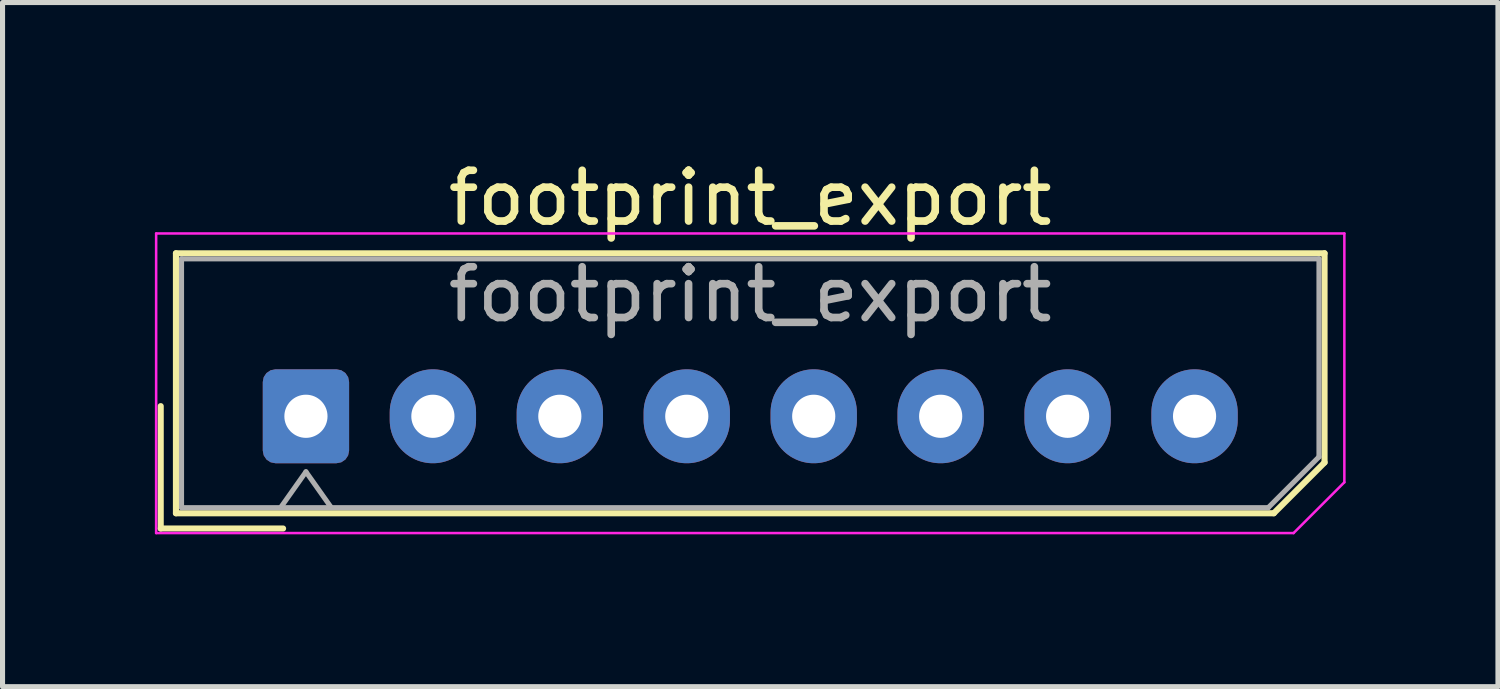
<source format=kicad_pcb>
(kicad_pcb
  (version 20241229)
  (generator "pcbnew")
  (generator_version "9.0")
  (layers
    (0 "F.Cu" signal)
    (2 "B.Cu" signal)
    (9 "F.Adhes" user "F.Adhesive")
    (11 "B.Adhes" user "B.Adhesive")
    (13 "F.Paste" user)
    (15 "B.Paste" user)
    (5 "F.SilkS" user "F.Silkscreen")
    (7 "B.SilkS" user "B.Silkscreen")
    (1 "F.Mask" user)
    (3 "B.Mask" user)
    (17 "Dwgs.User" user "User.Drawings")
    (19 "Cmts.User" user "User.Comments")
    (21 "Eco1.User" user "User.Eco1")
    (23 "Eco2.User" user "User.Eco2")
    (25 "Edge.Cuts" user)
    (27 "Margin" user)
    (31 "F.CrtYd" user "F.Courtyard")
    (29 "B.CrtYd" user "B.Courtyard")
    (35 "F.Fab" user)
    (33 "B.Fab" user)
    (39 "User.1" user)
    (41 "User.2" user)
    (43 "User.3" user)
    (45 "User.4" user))
  (footprint "footprint_export"
    (layer "F.Cu")
    (at 2.975 5.148)
    (property "Reference" "footprint_export" (at 8.75 -4.3 0) (layer "F.SilkS") (effects (font (size 1 1) (thickness 0.15))))
    (attr through_hole)
    (fp_line (start -2.86 -0.2) (end -2.86 2.21) (stroke (width 0.12) (type solid)) (layer "F.SilkS"))
    (fp_line (start -2.86 2.21) (end -0.45 2.21) (stroke (width 0.12) (type solid)) (layer "F.SilkS"))
    (fp_line (start -2.56 -3.21) (end -2.56 1.91) (stroke (width 0.12) (type solid)) (layer "F.SilkS"))
    (fp_line (start -2.56 1.91) (end 19.06 1.91) (stroke (width 0.12) (type solid)) (layer "F.SilkS"))
    (fp_line (start 19.06 1.91) (end 20.06 0.91) (stroke (width 0.12) (type solid)) (layer "F.SilkS"))
    (fp_line (start 20.06 -3.21) (end -2.56 -3.21) (stroke (width 0.12) (type solid)) (layer "F.SilkS"))
    (fp_line (start 20.06 0.91) (end 20.06 -3.21) (stroke (width 0.12) (type solid)) (layer "F.SilkS"))
    (fp_line (start -2.95 -3.6) (end -2.95 2.3) (stroke (width 0.05) (type solid)) (layer "F.CrtYd"))
    (fp_line (start -2.95 2.3) (end 19.45 2.3) (stroke (width 0.05) (type solid)) (layer "F.CrtYd"))
    (fp_line (start 19.45 2.3) (end 20.45 1.3) (stroke (width 0.05) (type solid)) (layer "F.CrtYd"))
    (fp_line (start 20.45 -3.6) (end -2.95 -3.6) (stroke (width 0.05) (type solid)) (layer "F.CrtYd"))
    (fp_line (start 20.45 1.3) (end 20.45 -3.6) (stroke (width 0.05) (type solid)) (layer "F.CrtYd"))
    (fp_line (start -2.45 -3.1) (end -2.45 1.8) (stroke (width 0.1) (type solid)) (layer "F.Fab"))
    (fp_line (start -2.45 1.8) (end 18.95 1.8) (stroke (width 0.1) (type solid)) (layer "F.Fab"))
    (fp_line (start -0.5 1.8) (end 0 1.093) (stroke (width 0.1) (type solid)) (layer "F.Fab"))
    (fp_line (start 0 1.093) (end 0.5 1.8) (stroke (width 0.1) (type solid)) (layer "F.Fab"))
    (fp_line (start 18.95 1.8) (end 19.95 0.8) (stroke (width 0.1) (type solid)) (layer "F.Fab"))
    (fp_line (start 19.95 -3.1) (end -2.45 -3.1) (stroke (width 0.1) (type solid)) (layer "F.Fab"))
    (fp_line (start 19.95 0.8) (end 19.95 -3.1) (stroke (width 0.1) (type solid)) (layer "F.Fab"))
    (fp_text user "${REFERENCE}" (at 8.75 -2.4 0) (layer "F.Fab") (effects (font (size 1 1) (thickness 0.15))))
    (pad "1" thru_hole roundrect (at 0 0) (size 1.7 1.85) (drill 0.85) (layers "*.Cu" "*.Mask") (roundrect_rratio 0.147))
    (pad "2" thru_hole oval (at 2.5 0) (size 1.7 1.85) (drill 0.85) (layers "*.Cu" "*.Mask"))
    (pad "3" thru_hole oval (at 5 0) (size 1.7 1.85) (drill 0.85) (layers "*.Cu" "*.Mask"))
    (pad "4" thru_hole oval (at 7.5 0) (size 1.7 1.85) (drill 0.85) (layers "*.Cu" "*.Mask"))
    (pad "5" thru_hole oval (at 10 0) (size 1.7 1.85) (drill 0.85) (layers "*.Cu" "*.Mask"))
    (pad "6" thru_hole oval (at 12.5 0) (size 1.7 1.85) (drill 0.85) (layers "*.Cu" "*.Mask"))
    (pad "7" thru_hole oval (at 15 0) (size 1.7 1.85) (drill 0.85) (layers "*.Cu" "*.Mask"))
    (pad "8" thru_hole oval (at 17.5 0) (size 1.7 1.85) (drill 0.85) (layers "*.Cu" "*.Mask")))
  (gr_rect
    (start -3 -3)
    (end 26.45 10.473)
    (stroke (width 0.1) (type default))
    (fill no)
    (layer "Edge.Cuts")))
</source>
